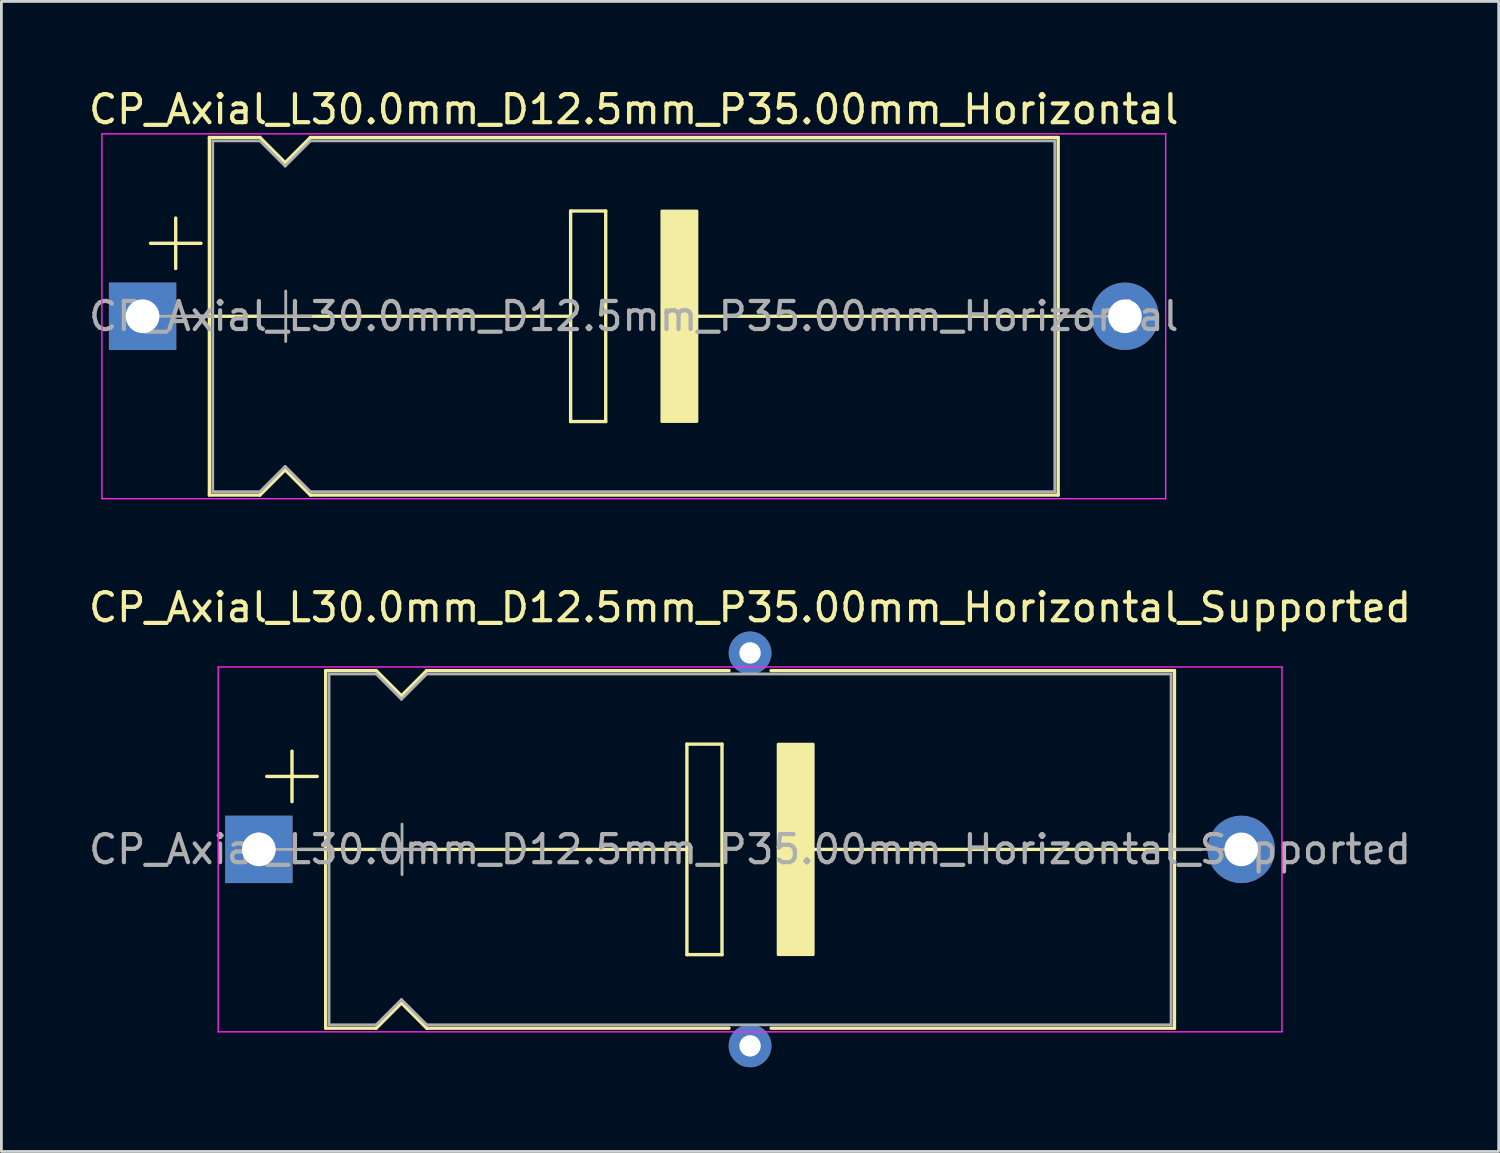
<source format=kicad_pcb>
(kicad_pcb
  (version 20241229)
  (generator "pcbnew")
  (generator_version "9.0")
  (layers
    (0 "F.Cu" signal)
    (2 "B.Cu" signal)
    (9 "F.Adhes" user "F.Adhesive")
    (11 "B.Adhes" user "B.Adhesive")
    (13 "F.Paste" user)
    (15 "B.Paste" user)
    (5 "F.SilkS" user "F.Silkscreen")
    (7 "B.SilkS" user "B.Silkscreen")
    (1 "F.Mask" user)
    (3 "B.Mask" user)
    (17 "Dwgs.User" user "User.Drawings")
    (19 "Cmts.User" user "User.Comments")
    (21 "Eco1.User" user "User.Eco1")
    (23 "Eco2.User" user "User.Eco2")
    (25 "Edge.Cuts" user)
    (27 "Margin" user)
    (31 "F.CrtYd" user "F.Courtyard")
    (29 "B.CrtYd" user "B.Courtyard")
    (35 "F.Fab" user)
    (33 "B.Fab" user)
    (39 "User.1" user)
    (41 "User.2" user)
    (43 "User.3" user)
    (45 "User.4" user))
  (footprint "CP_Axial_L30.0mm_D12.5mm_P35.00mm_Horizontal"
    (layer "F.Cu")
    (at 2.03 8.218)
    (property "Reference" "CP_Axial_L30.0mm_D12.5mm_P35.00mm_Horizontal" (at 17.5 -7.37 0) (layer "F.SilkS") (effects (font (size 1 1) (thickness 0.15))))
    (attr through_hole)
    (fp_line (start 0.28 -2.6) (end 2.08 -2.6) (stroke (width 0.12) (type solid)) (layer "F.SilkS"))
    (fp_line (start 1.18 -3.5) (end 1.18 -1.7) (stroke (width 0.12) (type solid)) (layer "F.SilkS"))
    (fp_line (start 1.44 0) (end 2.38 0) (stroke (width 0.12) (type solid)) (layer "F.SilkS"))
    (fp_line (start 2.38 -6.37) (end 2.38 6.37) (stroke (width 0.12) (type solid)) (layer "F.SilkS"))
    (fp_line (start 2.38 -6.37) (end 4.18 -6.37) (stroke (width 0.12) (type solid)) (layer "F.SilkS"))
    (fp_line (start 2.38 0) (end 15.25 0) (stroke (width 0.12) (type solid)) (layer "F.SilkS"))
    (fp_line (start 2.38 6.37) (end 4.18 6.37) (stroke (width 0.12) (type solid)) (layer "F.SilkS"))
    (fp_line (start 4.18 -6.37) (end 5.08 -5.47) (stroke (width 0.12) (type solid)) (layer "F.SilkS"))
    (fp_line (start 4.18 6.37) (end 5.08 5.47) (stroke (width 0.12) (type solid)) (layer "F.SilkS"))
    (fp_line (start 5.08 -5.47) (end 5.98 -6.37) (stroke (width 0.12) (type solid)) (layer "F.SilkS"))
    (fp_line (start 5.08 5.47) (end 5.98 6.37) (stroke (width 0.12) (type solid)) (layer "F.SilkS"))
    (fp_line (start 5.98 -6.37) (end 32.62 -6.37) (stroke (width 0.12) (type solid)) (layer "F.SilkS"))
    (fp_line (start 5.98 6.37) (end 32.62 6.37) (stroke (width 0.12) (type solid)) (layer "F.SilkS"))
    (fp_line (start 15.25 -3.75) (end 16.5 -3.75) (stroke (width 0.12) (type solid)) (layer "F.SilkS"))
    (fp_line (start 15.25 0) (end 15.25 -3.75) (stroke (width 0.12) (type solid)) (layer "F.SilkS"))
    (fp_line (start 15.25 3.75) (end 15.25 0) (stroke (width 0.12) (type solid)) (layer "F.SilkS"))
    (fp_line (start 16.5 -3.75) (end 16.5 3.75) (stroke (width 0.12) (type solid)) (layer "F.SilkS"))
    (fp_line (start 16.5 3.75) (end 15.25 3.75) (stroke (width 0.12) (type solid)) (layer "F.SilkS"))
    (fp_line (start 19.75 0) (end 32.62 0) (stroke (width 0.12) (type solid)) (layer "F.SilkS"))
    (fp_line (start 32.62 -6.37) (end 32.62 6.37) (stroke (width 0.12) (type solid)) (layer "F.SilkS"))
    (fp_line (start 33.56 0) (end 32.62 0) (stroke (width 0.12) (type solid)) (layer "F.SilkS"))
    (fp_poly (pts (xy 19.75 3.75) (xy 18.5 3.75) (xy 18.5 -3.75) (xy 19.75 -3.75)) (stroke (width 0.1) (type solid)) (fill yes) (layer "F.SilkS"))
    (fp_line (start -1.45 -6.5) (end -1.45 6.5) (stroke (width 0.05) (type solid)) (layer "F.CrtYd"))
    (fp_line (start -1.45 6.5) (end 36.45 6.5) (stroke (width 0.05) (type solid)) (layer "F.CrtYd"))
    (fp_line (start 36.45 -6.5) (end -1.45 -6.5) (stroke (width 0.05) (type solid)) (layer "F.CrtYd"))
    (fp_line (start 36.45 6.5) (end 36.45 -6.5) (stroke (width 0.05) (type solid)) (layer "F.CrtYd"))
    (fp_line (start 0 0) (end 2.5 0) (stroke (width 0.1) (type solid)) (layer "F.Fab"))
    (fp_line (start 2.5 -6.25) (end 2.5 6.25) (stroke (width 0.1) (type solid)) (layer "F.Fab"))
    (fp_line (start 2.5 -6.25) (end 4.18 -6.25) (stroke (width 0.1) (type solid)) (layer "F.Fab"))
    (fp_line (start 2.5 6.25) (end 4.18 6.25) (stroke (width 0.1) (type solid)) (layer "F.Fab"))
    (fp_line (start 4.18 -6.25) (end 5.08 -5.35) (stroke (width 0.1) (type solid)) (layer "F.Fab"))
    (fp_line (start 4.18 6.25) (end 5.08 5.35) (stroke (width 0.1) (type solid)) (layer "F.Fab"))
    (fp_line (start 4.2 0) (end 6 0) (stroke (width 0.1) (type solid)) (layer "F.Fab"))
    (fp_line (start 5.08 -5.35) (end 5.98 -6.25) (stroke (width 0.1) (type solid)) (layer "F.Fab"))
    (fp_line (start 5.08 5.35) (end 5.98 6.25) (stroke (width 0.1) (type solid)) (layer "F.Fab"))
    (fp_line (start 5.1 -0.9) (end 5.1 0.9) (stroke (width 0.1) (type solid)) (layer "F.Fab"))
    (fp_line (start 5.98 -6.25) (end 32.5 -6.25) (stroke (width 0.1) (type solid)) (layer "F.Fab"))
    (fp_line (start 5.98 6.25) (end 32.5 6.25) (stroke (width 0.1) (type solid)) (layer "F.Fab"))
    (fp_line (start 32.5 -6.25) (end 32.5 6.25) (stroke (width 0.1) (type solid)) (layer "F.Fab"))
    (fp_line (start 35 0) (end 32.5 0) (stroke (width 0.1) (type solid)) (layer "F.Fab"))
    (fp_text user "${REFERENCE}" (at 17.5 0 0) (layer "F.Fab") (effects (font (size 1 1) (thickness 0.15))))
    (pad "1" thru_hole rect (at 0 0) (size 2.4 2.4) (drill 1.2) (layers "*.Cu" "*.Mask"))
    (pad "2" thru_hole oval (at 35 0) (size 2.4 2.4) (drill 1.2) (layers "*.Cu" "*.Mask")))
  (footprint "CP_Axial_L30.0mm_D12.5mm_P35.00mm_Horizontal_Supported"
    (layer "F.Cu")
    (at 6.173 27.212)
    (property "Reference" "CP_Axial_L30.0mm_D12.5mm_P35.00mm_Horizontal_Supported" (at 17.5 -8.62 0) (layer "F.SilkS") (effects (font (size 1 1) (thickness 0.15))))
    (attr through_hole)
    (fp_line (start 0.28 -2.6) (end 2.08 -2.6) (stroke (width 0.12) (type solid)) (layer "F.SilkS"))
    (fp_line (start 1.18 -3.5) (end 1.18 -1.7) (stroke (width 0.12) (type solid)) (layer "F.SilkS"))
    (fp_line (start 1.44 0) (end 2.38 0) (stroke (width 0.12) (type solid)) (layer "F.SilkS"))
    (fp_line (start 2.38 -6.37) (end 2.38 6.37) (stroke (width 0.12) (type solid)) (layer "F.SilkS"))
    (fp_line (start 2.38 -6.37) (end 4.18 -6.37) (stroke (width 0.12) (type solid)) (layer "F.SilkS"))
    (fp_line (start 2.38 0) (end 15.25 0) (stroke (width 0.12) (type solid)) (layer "F.SilkS"))
    (fp_line (start 2.38 6.37) (end 4.18 6.37) (stroke (width 0.12) (type solid)) (layer "F.SilkS"))
    (fp_line (start 4.18 -6.37) (end 5.08 -5.47) (stroke (width 0.12) (type solid)) (layer "F.SilkS"))
    (fp_line (start 4.18 6.37) (end 5.08 5.47) (stroke (width 0.12) (type solid)) (layer "F.SilkS"))
    (fp_line (start 5.08 -5.47) (end 5.98 -6.37) (stroke (width 0.12) (type solid)) (layer "F.SilkS"))
    (fp_line (start 5.08 5.47) (end 5.98 6.37) (stroke (width 0.12) (type solid)) (layer "F.SilkS"))
    (fp_line (start 5.98 -6.37) (end 16.75 -6.37) (stroke (width 0.12) (type solid)) (layer "F.SilkS"))
    (fp_line (start 5.98 6.37) (end 16.75 6.37) (stroke (width 0.12) (type solid)) (layer "F.SilkS"))
    (fp_line (start 15.25 -3.75) (end 16.5 -3.75) (stroke (width 0.12) (type solid)) (layer "F.SilkS"))
    (fp_line (start 15.25 0) (end 15.25 -3.75) (stroke (width 0.12) (type solid)) (layer "F.SilkS"))
    (fp_line (start 15.25 3.75) (end 15.25 0) (stroke (width 0.12) (type solid)) (layer "F.SilkS"))
    (fp_line (start 16.5 -3.75) (end 16.5 3.75) (stroke (width 0.12) (type solid)) (layer "F.SilkS"))
    (fp_line (start 16.5 3.75) (end 15.25 3.75) (stroke (width 0.12) (type solid)) (layer "F.SilkS"))
    (fp_line (start 18.25 -6.37) (end 32.62 -6.37) (stroke (width 0.12) (type solid)) (layer "F.SilkS"))
    (fp_line (start 18.25 6.37) (end 32.62 6.37) (stroke (width 0.12) (type solid)) (layer "F.SilkS"))
    (fp_line (start 19.75 0) (end 32.62 0) (stroke (width 0.12) (type solid)) (layer "F.SilkS"))
    (fp_line (start 32.62 -6.37) (end 32.62 6.37) (stroke (width 0.12) (type solid)) (layer "F.SilkS"))
    (fp_line (start 33.56 0) (end 32.62 0) (stroke (width 0.12) (type solid)) (layer "F.SilkS"))
    (fp_poly (pts (xy 19.75 3.75) (xy 18.5 3.75) (xy 18.5 -3.75) (xy 19.75 -3.75)) (stroke (width 0.1) (type solid)) (fill yes) (layer "F.SilkS"))
    (fp_line (start -1.45 -6.5) (end -1.45 6.5) (stroke (width 0.05) (type solid)) (layer "F.CrtYd"))
    (fp_line (start -1.45 6.5) (end 36.45 6.5) (stroke (width 0.05) (type solid)) (layer "F.CrtYd"))
    (fp_line (start 36.45 -6.5) (end -1.45 -6.5) (stroke (width 0.05) (type solid)) (layer "F.CrtYd"))
    (fp_line (start 36.45 6.5) (end 36.45 -6.5) (stroke (width 0.05) (type solid)) (layer "F.CrtYd"))
    (fp_line (start 0 0) (end 2.5 0) (stroke (width 0.1) (type solid)) (layer "F.Fab"))
    (fp_line (start 2.5 -6.25) (end 2.5 6.25) (stroke (width 0.1) (type solid)) (layer "F.Fab"))
    (fp_line (start 2.5 -6.25) (end 4.18 -6.25) (stroke (width 0.1) (type solid)) (layer "F.Fab"))
    (fp_line (start 2.5 6.25) (end 4.18 6.25) (stroke (width 0.1) (type solid)) (layer "F.Fab"))
    (fp_line (start 4.18 -6.25) (end 5.08 -5.35) (stroke (width 0.1) (type solid)) (layer "F.Fab"))
    (fp_line (start 4.18 6.25) (end 5.08 5.35) (stroke (width 0.1) (type solid)) (layer "F.Fab"))
    (fp_line (start 4.2 0) (end 6 0) (stroke (width 0.1) (type solid)) (layer "F.Fab"))
    (fp_line (start 5.08 -5.35) (end 5.98 -6.25) (stroke (width 0.1) (type solid)) (layer "F.Fab"))
    (fp_line (start 5.08 5.35) (end 5.98 6.25) (stroke (width 0.1) (type solid)) (layer "F.Fab"))
    (fp_line (start 5.1 -0.9) (end 5.1 0.9) (stroke (width 0.1) (type solid)) (layer "F.Fab"))
    (fp_line (start 5.98 -6.25) (end 32.5 -6.25) (stroke (width 0.1) (type solid)) (layer "F.Fab"))
    (fp_line (start 5.98 6.25) (end 32.5 6.25) (stroke (width 0.1) (type solid)) (layer "F.Fab"))
    (fp_line (start 32.5 -6.25) (end 32.5 6.25) (stroke (width 0.1) (type solid)) (layer "F.Fab"))
    (fp_line (start 35 0) (end 32.5 0) (stroke (width 0.1) (type solid)) (layer "F.Fab"))
    (fp_text user "${REFERENCE}" (at 17.5 0 0) (layer "F.Fab") (effects (font (size 1 1) (thickness 0.15))))
    (pad "" thru_hole circle (at 17.5 -7) (size 1.524 1.524) (drill 0.762) (layers "*.Cu" "*.Mask"))
    (pad "" thru_hole circle (at 17.5 7) (size 1.524 1.524) (drill 0.762) (layers "*.Cu" "*.Mask"))
    (pad "1" thru_hole rect (at 0 0) (size 2.4 2.4) (drill 1.2) (layers "*.Cu" "*.Mask"))
    (pad "2" thru_hole oval (at 35 0) (size 2.4 2.4) (drill 1.2) (layers "*.Cu" "*.Mask")))
  (gr_rect
    (start -3 -3)
    (end 50.345 37.974)
    (stroke (width 0.1) (type default))
    (fill no)
    (layer "Edge.Cuts")))
</source>
